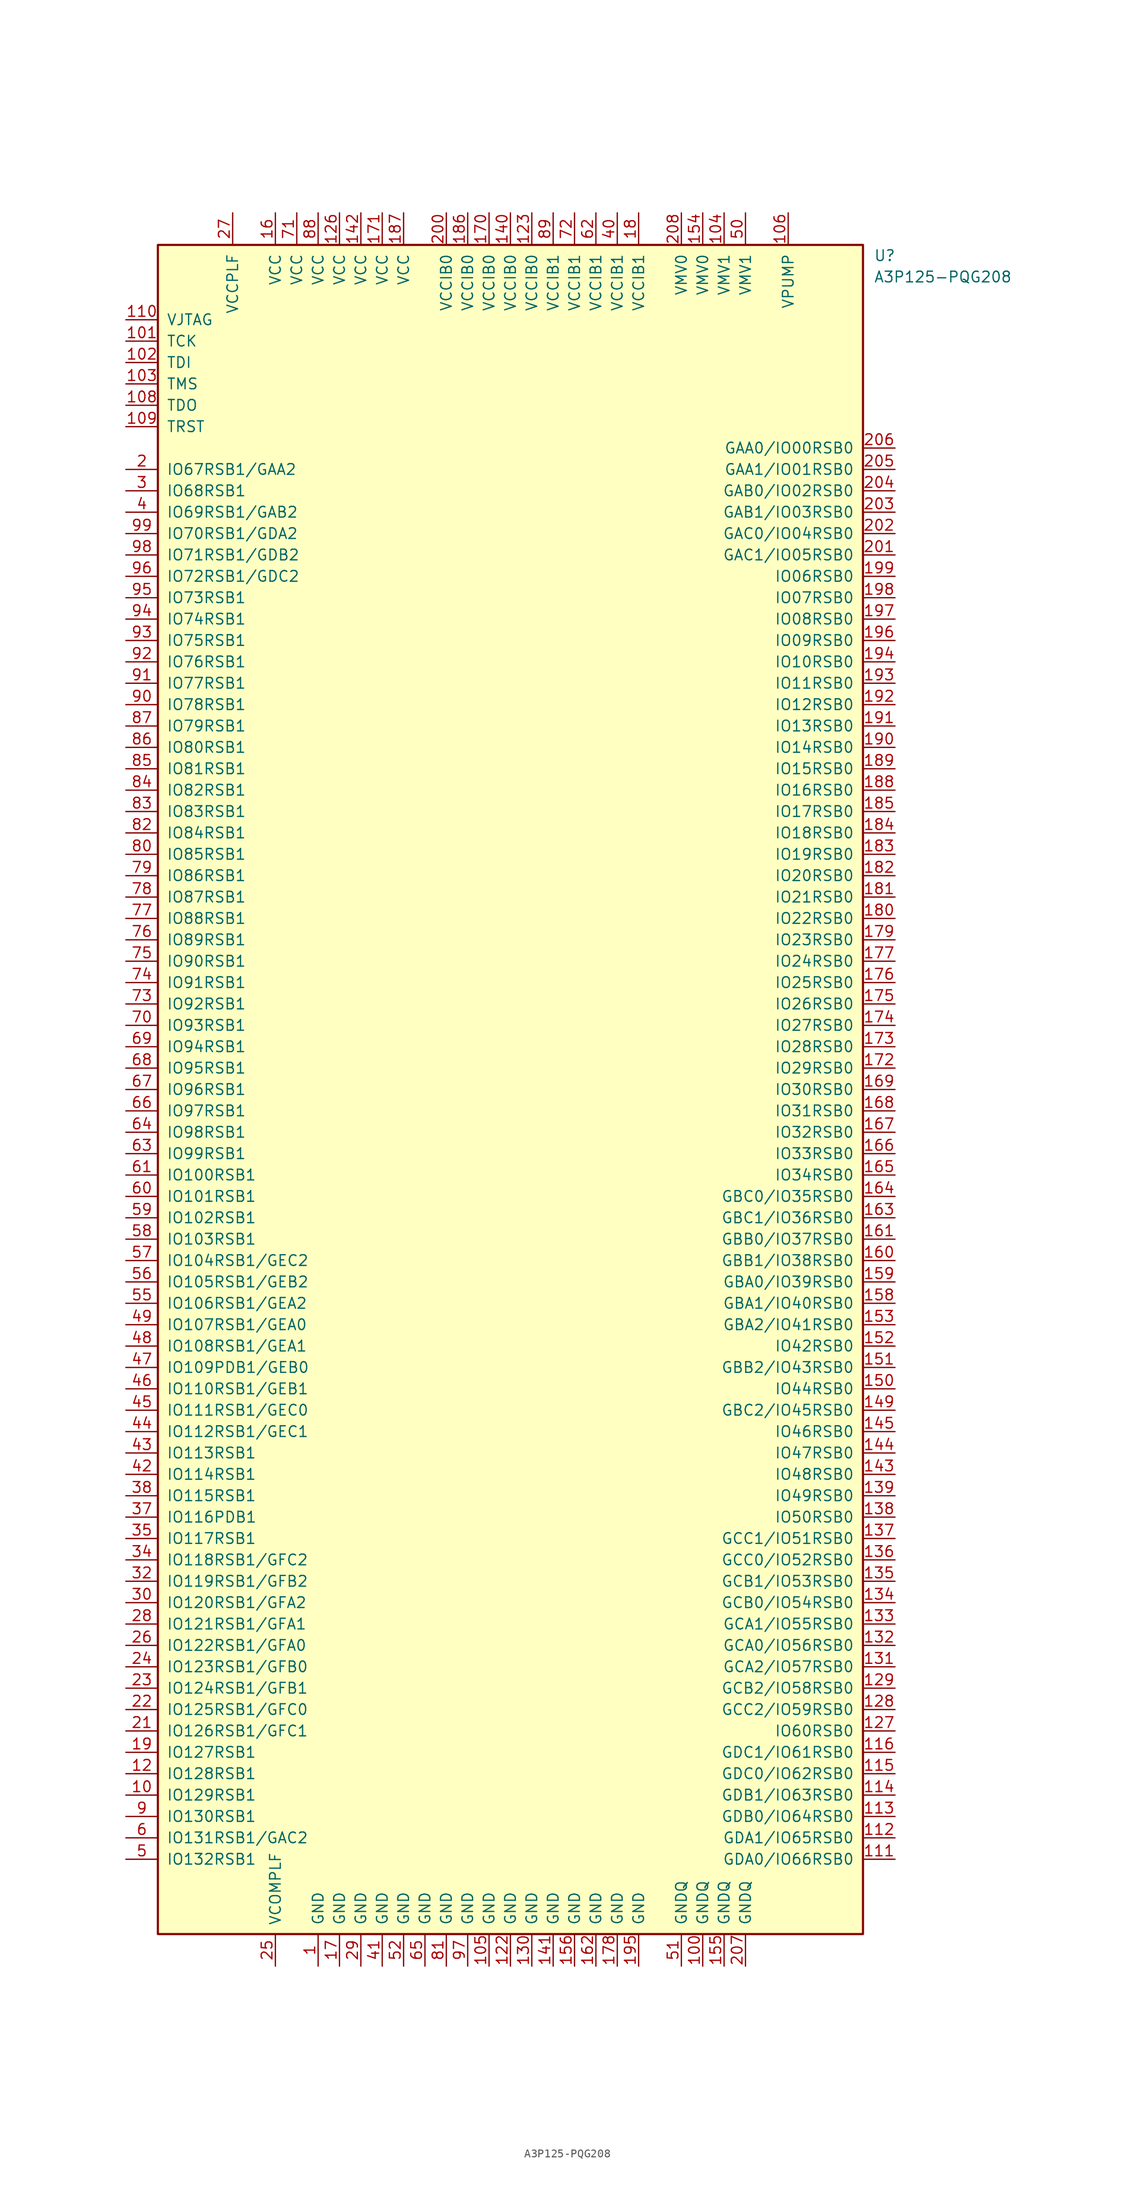
<source format=kicad_sym>
(kicad_symbol_lib
  (version 20220914)
  (generator kicad_symbol_editor)
  (symbol "A3P125-PQG208"
    (pin_names
      (offset 1.016))
    (property "Reference" "U"
      (at 43.18 99.06 0)
      (effects (font (size 1.27 1.27)) (justify left)))
    (property "Value" "A3P125-PQG208"
      (at 43.18 96.52 0)
      (effects (font (size 1.27 1.27)) (justify left)))
    (symbol "A3P125-PQG208_1_0"
      (rectangle (start -41.91 -100.33) (end 41.91 100.33) (stroke (width 0.254) (type default)) (fill (type background))))
    (symbol "A3P125-PQG208_1_1"
      (pin power_in line (at -22.86 -104.14 90) (length 3.81) (name "GND" (effects (font (size 1.27 1.27)))) (number "1" (effects (font (size 1.27 1.27)))))
      (pin bidirectional line (at -45.72 -83.82 0) (length 3.81) (name "IO129RSB1" (effects (font (size 1.27 1.27)))) (number "10" (effects (font (size 1.27 1.27)))))
      (pin power_in line (at 22.86 -104.14 90) (length 3.81) (name "GNDQ" (effects (font (size 1.27 1.27)))) (number "100" (effects (font (size 1.27 1.27)))))
      (pin bidirectional line (at -45.72 88.9 0) (length 3.81) (name "TCK" (effects (font (size 1.27 1.27)))) (number "101" (effects (font (size 1.27 1.27)))))
      (pin bidirectional line (at -45.72 86.36 0) (length 3.81) (name "TDI" (effects (font (size 1.27 1.27)))) (number "102" (effects (font (size 1.27 1.27)))))
      (pin bidirectional line (at -45.72 83.82 0) (length 3.81) (name "TMS" (effects (font (size 1.27 1.27)))) (number "103" (effects (font (size 1.27 1.27)))))
      (pin power_in line (at 25.4 104.14 270) (length 3.81) (name "VMV1" (effects (font (size 1.27 1.27)))) (number "104" (effects (font (size 1.27 1.27)))))
      (pin power_in line (at -2.54 -104.14 90) (length 3.81) (name "GND" (effects (font (size 1.27 1.27)))) (number "105" (effects (font (size 1.27 1.27)))))
      (pin power_in line (at 33.02 104.14 270) (length 3.81) (name "VPUMP" (effects (font (size 1.27 1.27)))) (number "106" (effects (font (size 1.27 1.27)))))
      (pin bidirectional line (at -45.72 81.28 0) (length 3.81) (name "TDO" (effects (font (size 1.27 1.27)))) (number "108" (effects (font (size 1.27 1.27)))))
      (pin bidirectional line (at -45.72 78.74 0) (length 3.81) (name "TRST" (effects (font (size 1.27 1.27)))) (number "109" (effects (font (size 1.27 1.27)))))
      (pin power_in line (at -45.72 91.44 0) (length 3.81) (name "VJTAG" (effects (font (size 1.27 1.27)))) (number "110" (effects (font (size 1.27 1.27)))))
      (pin bidirectional line (at 45.72 -91.44 180) (length 3.81) (name "GDA0/IO66RSB0" (effects (font (size 1.27 1.27)))) (number "111" (effects (font (size 1.27 1.27)))))
      (pin bidirectional line (at 45.72 -88.9 180) (length 3.81) (name "GDA1/IO65RSB0" (effects (font (size 1.27 1.27)))) (number "112" (effects (font (size 1.27 1.27)))))
      (pin bidirectional line (at 45.72 -86.36 180) (length 3.81) (name "GDB0/IO64RSB0" (effects (font (size 1.27 1.27)))) (number "113" (effects (font (size 1.27 1.27)))))
      (pin bidirectional line (at 45.72 -83.82 180) (length 3.81) (name "GDB1/IO63RSB0" (effects (font (size 1.27 1.27)))) (number "114" (effects (font (size 1.27 1.27)))))
      (pin bidirectional line (at 45.72 -81.28 180) (length 3.81) (name "GDC0/IO62RSB0" (effects (font (size 1.27 1.27)))) (number "115" (effects (font (size 1.27 1.27)))))
      (pin bidirectional line (at 45.72 -78.74 180) (length 3.81) (name "GDC1/IO61RSB0" (effects (font (size 1.27 1.27)))) (number "116" (effects (font (size 1.27 1.27)))))
      (pin bidirectional line (at -45.72 -81.28 0) (length 3.81) (name "IO128RSB1" (effects (font (size 1.27 1.27)))) (number "12" (effects (font (size 1.27 1.27)))))
      (pin power_in line (at 0 -104.14 90) (length 3.81) (name "GND" (effects (font (size 1.27 1.27)))) (number "122" (effects (font (size 1.27 1.27)))))
      (pin power_in line (at 2.54 104.14 270) (length 3.81) (name "VCCIB0" (effects (font (size 1.27 1.27)))) (number "123" (effects (font (size 1.27 1.27)))))
      (pin power_in line (at -20.32 104.14 270) (length 3.81) (name "VCC" (effects (font (size 1.27 1.27)))) (number "126" (effects (font (size 1.27 1.27)))))
      (pin bidirectional line (at 45.72 -76.2 180) (length 3.81) (name "IO60RSB0" (effects (font (size 1.27 1.27)))) (number "127" (effects (font (size 1.27 1.27)))))
      (pin bidirectional line (at 45.72 -73.66 180) (length 3.81) (name "GCC2/IO59RSB0" (effects (font (size 1.27 1.27)))) (number "128" (effects (font (size 1.27 1.27)))))
      (pin bidirectional line (at 45.72 -71.12 180) (length 3.81) (name "GCB2/IO58RSB0" (effects (font (size 1.27 1.27)))) (number "129" (effects (font (size 1.27 1.27)))))
      (pin power_in line (at 2.54 -104.14 90) (length 3.81) (name "GND" (effects (font (size 1.27 1.27)))) (number "130" (effects (font (size 1.27 1.27)))))
      (pin bidirectional line (at 45.72 -68.58 180) (length 3.81) (name "GCA2/IO57RSB0" (effects (font (size 1.27 1.27)))) (number "131" (effects (font (size 1.27 1.27)))))
      (pin bidirectional line (at 45.72 -66.04 180) (length 3.81) (name "GCA0/IO56RSB0" (effects (font (size 1.27 1.27)))) (number "132" (effects (font (size 1.27 1.27)))))
      (pin bidirectional line (at 45.72 -63.5 180) (length 3.81) (name "GCA1/IO55RSB0" (effects (font (size 1.27 1.27)))) (number "133" (effects (font (size 1.27 1.27)))))
      (pin bidirectional line (at 45.72 -60.96 180) (length 3.81) (name "GCB0/IO54RSB0" (effects (font (size 1.27 1.27)))) (number "134" (effects (font (size 1.27 1.27)))))
      (pin bidirectional line (at 45.72 -58.42 180) (length 3.81) (name "GCB1/IO53RSB0" (effects (font (size 1.27 1.27)))) (number "135" (effects (font (size 1.27 1.27)))))
      (pin bidirectional line (at 45.72 -55.88 180) (length 3.81) (name "GCC0/IO52RSB0" (effects (font (size 1.27 1.27)))) (number "136" (effects (font (size 1.27 1.27)))))
      (pin bidirectional line (at 45.72 -53.34 180) (length 3.81) (name "GCC1/IO51RSB0" (effects (font (size 1.27 1.27)))) (number "137" (effects (font (size 1.27 1.27)))))
      (pin bidirectional line (at 45.72 -50.8 180) (length 3.81) (name "IO50RSB0" (effects (font (size 1.27 1.27)))) (number "138" (effects (font (size 1.27 1.27)))))
      (pin bidirectional line (at 45.72 -48.26 180) (length 3.81) (name "IO49RSB0" (effects (font (size 1.27 1.27)))) (number "139" (effects (font (size 1.27 1.27)))))
      (pin power_in line (at 0 104.14 270) (length 3.81) (name "VCCIB0" (effects (font (size 1.27 1.27)))) (number "140" (effects (font (size 1.27 1.27)))))
      (pin power_in line (at 5.08 -104.14 90) (length 3.81) (name "GND" (effects (font (size 1.27 1.27)))) (number "141" (effects (font (size 1.27 1.27)))))
      (pin power_in line (at -17.78 104.14 270) (length 3.81) (name "VCC" (effects (font (size 1.27 1.27)))) (number "142" (effects (font (size 1.27 1.27)))))
      (pin bidirectional line (at 45.72 -45.72 180) (length 3.81) (name "IO48RSB0" (effects (font (size 1.27 1.27)))) (number "143" (effects (font (size 1.27 1.27)))))
      (pin bidirectional line (at 45.72 -43.18 180) (length 3.81) (name "IO47RSB0" (effects (font (size 1.27 1.27)))) (number "144" (effects (font (size 1.27 1.27)))))
      (pin bidirectional line (at 45.72 -40.64 180) (length 3.81) (name "IO46RSB0" (effects (font (size 1.27 1.27)))) (number "145" (effects (font (size 1.27 1.27)))))
      (pin bidirectional line (at 45.72 -38.1 180) (length 3.81) (name "GBC2/IO45RSB0" (effects (font (size 1.27 1.27)))) (number "149" (effects (font (size 1.27 1.27)))))
      (pin bidirectional line (at 45.72 -35.56 180) (length 3.81) (name "IO44RSB0" (effects (font (size 1.27 1.27)))) (number "150" (effects (font (size 1.27 1.27)))))
      (pin bidirectional line (at 45.72 -33.02 180) (length 3.81) (name "GBB2/IO43RSB0" (effects (font (size 1.27 1.27)))) (number "151" (effects (font (size 1.27 1.27)))))
      (pin bidirectional line (at 45.72 -30.48 180) (length 3.81) (name "IO42RSB0" (effects (font (size 1.27 1.27)))) (number "152" (effects (font (size 1.27 1.27)))))
      (pin bidirectional line (at 45.72 -27.94 180) (length 3.81) (name "GBA2/IO41RSB0" (effects (font (size 1.27 1.27)))) (number "153" (effects (font (size 1.27 1.27)))))
      (pin power_in line (at 22.86 104.14 270) (length 3.81) (name "VMV0" (effects (font (size 1.27 1.27)))) (number "154" (effects (font (size 1.27 1.27)))))
      (pin power_in line (at 25.4 -104.14 90) (length 3.81) (name "GNDQ" (effects (font (size 1.27 1.27)))) (number "155" (effects (font (size 1.27 1.27)))))
      (pin power_in line (at 7.62 -104.14 90) (length 3.81) (name "GND" (effects (font (size 1.27 1.27)))) (number "156" (effects (font (size 1.27 1.27)))))
      (pin bidirectional line (at 45.72 -25.4 180) (length 3.81) (name "GBA1/IO40RSB0" (effects (font (size 1.27 1.27)))) (number "158" (effects (font (size 1.27 1.27)))))
      (pin bidirectional line (at 45.72 -22.86 180) (length 3.81) (name "GBA0/IO39RSB0" (effects (font (size 1.27 1.27)))) (number "159" (effects (font (size 1.27 1.27)))))
      (pin power_in line (at -27.94 104.14 270) (length 3.81) (name "VCC" (effects (font (size 1.27 1.27)))) (number "16" (effects (font (size 1.27 1.27)))))
      (pin bidirectional line (at 45.72 -20.32 180) (length 3.81) (name "GBB1/IO38RSB0" (effects (font (size 1.27 1.27)))) (number "160" (effects (font (size 1.27 1.27)))))
      (pin bidirectional line (at 45.72 -17.78 180) (length 3.81) (name "GBB0/IO37RSB0" (effects (font (size 1.27 1.27)))) (number "161" (effects (font (size 1.27 1.27)))))
      (pin power_in line (at 10.16 -104.14 90) (length 3.81) (name "GND" (effects (font (size 1.27 1.27)))) (number "162" (effects (font (size 1.27 1.27)))))
      (pin bidirectional line (at 45.72 -15.24 180) (length 3.81) (name "GBC1/IO36RSB0" (effects (font (size 1.27 1.27)))) (number "163" (effects (font (size 1.27 1.27)))))
      (pin bidirectional line (at 45.72 -12.7 180) (length 3.81) (name "GBC0/IO35RSB0" (effects (font (size 1.27 1.27)))) (number "164" (effects (font (size 1.27 1.27)))))
      (pin bidirectional line (at 45.72 -10.16 180) (length 3.81) (name "IO34RSB0" (effects (font (size 1.27 1.27)))) (number "165" (effects (font (size 1.27 1.27)))))
      (pin bidirectional line (at 45.72 -7.62 180) (length 3.81) (name "IO33RSB0" (effects (font (size 1.27 1.27)))) (number "166" (effects (font (size 1.27 1.27)))))
      (pin bidirectional line (at 45.72 -5.08 180) (length 3.81) (name "IO32RSB0" (effects (font (size 1.27 1.27)))) (number "167" (effects (font (size 1.27 1.27)))))
      (pin bidirectional line (at 45.72 -2.54 180) (length 3.81) (name "IO31RSB0" (effects (font (size 1.27 1.27)))) (number "168" (effects (font (size 1.27 1.27)))))
      (pin bidirectional line (at 45.72 0 180) (length 3.81) (name "IO30RSB0" (effects (font (size 1.27 1.27)))) (number "169" (effects (font (size 1.27 1.27)))))
      (pin power_in line (at -20.32 -104.14 90) (length 3.81) (name "GND" (effects (font (size 1.27 1.27)))) (number "17" (effects (font (size 1.27 1.27)))))
      (pin power_in line (at -2.54 104.14 270) (length 3.81) (name "VCCIB0" (effects (font (size 1.27 1.27)))) (number "170" (effects (font (size 1.27 1.27)))))
      (pin power_in line (at -15.24 104.14 270) (length 3.81) (name "VCC" (effects (font (size 1.27 1.27)))) (number "171" (effects (font (size 1.27 1.27)))))
      (pin bidirectional line (at 45.72 2.54 180) (length 3.81) (name "IO29RSB0" (effects (font (size 1.27 1.27)))) (number "172" (effects (font (size 1.27 1.27)))))
      (pin bidirectional line (at 45.72 5.08 180) (length 3.81) (name "IO28RSB0" (effects (font (size 1.27 1.27)))) (number "173" (effects (font (size 1.27 1.27)))))
      (pin bidirectional line (at 45.72 7.62 180) (length 3.81) (name "IO27RSB0" (effects (font (size 1.27 1.27)))) (number "174" (effects (font (size 1.27 1.27)))))
      (pin bidirectional line (at 45.72 10.16 180) (length 3.81) (name "IO26RSB0" (effects (font (size 1.27 1.27)))) (number "175" (effects (font (size 1.27 1.27)))))
      (pin bidirectional line (at 45.72 12.7 180) (length 3.81) (name "IO25RSB0" (effects (font (size 1.27 1.27)))) (number "176" (effects (font (size 1.27 1.27)))))
      (pin bidirectional line (at 45.72 15.24 180) (length 3.81) (name "IO24RSB0" (effects (font (size 1.27 1.27)))) (number "177" (effects (font (size 1.27 1.27)))))
      (pin power_in line (at 12.7 -104.14 90) (length 3.81) (name "GND" (effects (font (size 1.27 1.27)))) (number "178" (effects (font (size 1.27 1.27)))))
      (pin bidirectional line (at 45.72 17.78 180) (length 3.81) (name "IO23RSB0" (effects (font (size 1.27 1.27)))) (number "179" (effects (font (size 1.27 1.27)))))
      (pin power_in line (at 15.24 104.14 270) (length 3.81) (name "VCCIB1" (effects (font (size 1.27 1.27)))) (number "18" (effects (font (size 1.27 1.27)))))
      (pin bidirectional line (at 45.72 20.32 180) (length 3.81) (name "IO22RSB0" (effects (font (size 1.27 1.27)))) (number "180" (effects (font (size 1.27 1.27)))))
      (pin bidirectional line (at 45.72 22.86 180) (length 3.81) (name "IO21RSB0" (effects (font (size 1.27 1.27)))) (number "181" (effects (font (size 1.27 1.27)))))
      (pin bidirectional line (at 45.72 25.4 180) (length 3.81) (name "IO20RSB0" (effects (font (size 1.27 1.27)))) (number "182" (effects (font (size 1.27 1.27)))))
      (pin bidirectional line (at 45.72 27.94 180) (length 3.81) (name "IO19RSB0" (effects (font (size 1.27 1.27)))) (number "183" (effects (font (size 1.27 1.27)))))
      (pin bidirectional line (at 45.72 30.48 180) (length 3.81) (name "IO18RSB0" (effects (font (size 1.27 1.27)))) (number "184" (effects (font (size 1.27 1.27)))))
      (pin bidirectional line (at 45.72 33.02 180) (length 3.81) (name "IO17RSB0" (effects (font (size 1.27 1.27)))) (number "185" (effects (font (size 1.27 1.27)))))
      (pin power_in line (at -5.08 104.14 270) (length 3.81) (name "VCCIB0" (effects (font (size 1.27 1.27)))) (number "186" (effects (font (size 1.27 1.27)))))
      (pin power_in line (at -12.7 104.14 270) (length 3.81) (name "VCC" (effects (font (size 1.27 1.27)))) (number "187" (effects (font (size 1.27 1.27)))))
      (pin bidirectional line (at 45.72 35.56 180) (length 3.81) (name "IO16RSB0" (effects (font (size 1.27 1.27)))) (number "188" (effects (font (size 1.27 1.27)))))
      (pin bidirectional line (at 45.72 38.1 180) (length 3.81) (name "IO15RSB0" (effects (font (size 1.27 1.27)))) (number "189" (effects (font (size 1.27 1.27)))))
      (pin bidirectional line (at -45.72 -78.74 0) (length 3.81) (name "IO127RSB1" (effects (font (size 1.27 1.27)))) (number "19" (effects (font (size 1.27 1.27)))))
      (pin bidirectional line (at 45.72 40.64 180) (length 3.81) (name "IO14RSB0" (effects (font (size 1.27 1.27)))) (number "190" (effects (font (size 1.27 1.27)))))
      (pin bidirectional line (at 45.72 43.18 180) (length 3.81) (name "IO13RSB0" (effects (font (size 1.27 1.27)))) (number "191" (effects (font (size 1.27 1.27)))))
      (pin bidirectional line (at 45.72 45.72 180) (length 3.81) (name "IO12RSB0" (effects (font (size 1.27 1.27)))) (number "192" (effects (font (size 1.27 1.27)))))
      (pin bidirectional line (at 45.72 48.26 180) (length 3.81) (name "IO11RSB0" (effects (font (size 1.27 1.27)))) (number "193" (effects (font (size 1.27 1.27)))))
      (pin bidirectional line (at 45.72 50.8 180) (length 3.81) (name "IO10RSB0" (effects (font (size 1.27 1.27)))) (number "194" (effects (font (size 1.27 1.27)))))
      (pin power_in line (at 15.24 -104.14 90) (length 3.81) (name "GND" (effects (font (size 1.27 1.27)))) (number "195" (effects (font (size 1.27 1.27)))))
      (pin bidirectional line (at 45.72 53.34 180) (length 3.81) (name "IO09RSB0" (effects (font (size 1.27 1.27)))) (number "196" (effects (font (size 1.27 1.27)))))
      (pin bidirectional line (at 45.72 55.88 180) (length 3.81) (name "IO08RSB0" (effects (font (size 1.27 1.27)))) (number "197" (effects (font (size 1.27 1.27)))))
      (pin bidirectional line (at 45.72 58.42 180) (length 3.81) (name "IO07RSB0" (effects (font (size 1.27 1.27)))) (number "198" (effects (font (size 1.27 1.27)))))
      (pin bidirectional line (at 45.72 60.96 180) (length 3.81) (name "IO06RSB0" (effects (font (size 1.27 1.27)))) (number "199" (effects (font (size 1.27 1.27)))))
      (pin bidirectional line (at -45.72 73.66 0) (length 3.81) (name "IO67RSB1/GAA2" (effects (font (size 1.27 1.27)))) (number "2" (effects (font (size 1.27 1.27)))))
      (pin power_in line (at -7.62 104.14 270) (length 3.81) (name "VCCIB0" (effects (font (size 1.27 1.27)))) (number "200" (effects (font (size 1.27 1.27)))))
      (pin bidirectional line (at 45.72 63.5 180) (length 3.81) (name "GAC1/IO05RSB0" (effects (font (size 1.27 1.27)))) (number "201" (effects (font (size 1.27 1.27)))))
      (pin bidirectional line (at 45.72 66.04 180) (length 3.81) (name "GAC0/IO04RSB0" (effects (font (size 1.27 1.27)))) (number "202" (effects (font (size 1.27 1.27)))))
      (pin bidirectional line (at 45.72 68.58 180) (length 3.81) (name "GAB1/IO03RSB0" (effects (font (size 1.27 1.27)))) (number "203" (effects (font (size 1.27 1.27)))))
      (pin bidirectional line (at 45.72 71.12 180) (length 3.81) (name "GAB0/IO02RSB0" (effects (font (size 1.27 1.27)))) (number "204" (effects (font (size 1.27 1.27)))))
      (pin bidirectional line (at 45.72 73.66 180) (length 3.81) (name "GAA1/IO01RSB0" (effects (font (size 1.27 1.27)))) (number "205" (effects (font (size 1.27 1.27)))))
      (pin bidirectional line (at 45.72 76.2 180) (length 3.81) (name "GAA0/IO00RSB0" (effects (font (size 1.27 1.27)))) (number "206" (effects (font (size 1.27 1.27)))))
      (pin power_in line (at 27.94 -104.14 90) (length 3.81) (name "GNDQ" (effects (font (size 1.27 1.27)))) (number "207" (effects (font (size 1.27 1.27)))))
      (pin power_in line (at 20.32 104.14 270) (length 3.81) (name "VMV0" (effects (font (size 1.27 1.27)))) (number "208" (effects (font (size 1.27 1.27)))))
      (pin bidirectional line (at -45.72 -76.2 0) (length 3.81) (name "IO126RSB1/GFC1" (effects (font (size 1.27 1.27)))) (number "21" (effects (font (size 1.27 1.27)))))
      (pin bidirectional line (at -45.72 -73.66 0) (length 3.81) (name "IO125RSB1/GFC0" (effects (font (size 1.27 1.27)))) (number "22" (effects (font (size 1.27 1.27)))))
      (pin bidirectional line (at -45.72 -71.12 0) (length 3.81) (name "IO124RSB1/GFB1" (effects (font (size 1.27 1.27)))) (number "23" (effects (font (size 1.27 1.27)))))
      (pin bidirectional line (at -45.72 -68.58 0) (length 3.81) (name "IO123RSB1/GFB0" (effects (font (size 1.27 1.27)))) (number "24" (effects (font (size 1.27 1.27)))))
      (pin power_in line (at -27.94 -104.14 90) (length 3.81) (name "VCOMPLF" (effects (font (size 1.27 1.27)))) (number "25" (effects (font (size 1.27 1.27)))))
      (pin bidirectional line (at -45.72 -66.04 0) (length 3.81) (name "IO122RSB1/GFA0" (effects (font (size 1.27 1.27)))) (number "26" (effects (font (size 1.27 1.27)))))
      (pin power_in line (at -33.02 104.14 270) (length 3.81) (name "VCCPLF" (effects (font (size 1.27 1.27)))) (number "27" (effects (font (size 1.27 1.27)))))
      (pin bidirectional line (at -45.72 -63.5 0) (length 3.81) (name "IO121RSB1/GFA1" (effects (font (size 1.27 1.27)))) (number "28" (effects (font (size 1.27 1.27)))))
      (pin power_in line (at -17.78 -104.14 90) (length 3.81) (name "GND" (effects (font (size 1.27 1.27)))) (number "29" (effects (font (size 1.27 1.27)))))
      (pin bidirectional line (at -45.72 71.12 0) (length 3.81) (name "IO68RSB1" (effects (font (size 1.27 1.27)))) (number "3" (effects (font (size 1.27 1.27)))))
      (pin bidirectional line (at -45.72 -60.96 0) (length 3.81) (name "IO120RSB1/GFA2" (effects (font (size 1.27 1.27)))) (number "30" (effects (font (size 1.27 1.27)))))
      (pin bidirectional line (at -45.72 -58.42 0) (length 3.81) (name "IO119RSB1/GFB2" (effects (font (size 1.27 1.27)))) (number "32" (effects (font (size 1.27 1.27)))))
      (pin bidirectional line (at -45.72 -55.88 0) (length 3.81) (name "IO118RSB1/GFC2" (effects (font (size 1.27 1.27)))) (number "34" (effects (font (size 1.27 1.27)))))
      (pin bidirectional line (at -45.72 -53.34 0) (length 3.81) (name "IO117RSB1" (effects (font (size 1.27 1.27)))) (number "35" (effects (font (size 1.27 1.27)))))
      (pin bidirectional line (at -45.72 -50.8 0) (length 3.81) (name "IO116PDB1" (effects (font (size 1.27 1.27)))) (number "37" (effects (font (size 1.27 1.27)))))
      (pin bidirectional line (at -45.72 -48.26 0) (length 3.81) (name "IO115RSB1" (effects (font (size 1.27 1.27)))) (number "38" (effects (font (size 1.27 1.27)))))
      (pin bidirectional line (at -45.72 68.58 0) (length 3.81) (name "IO69RSB1/GAB2" (effects (font (size 1.27 1.27)))) (number "4" (effects (font (size 1.27 1.27)))))
      (pin power_in line (at 12.7 104.14 270) (length 3.81) (name "VCCIB1" (effects (font (size 1.27 1.27)))) (number "40" (effects (font (size 1.27 1.27)))))
      (pin power_in line (at -15.24 -104.14 90) (length 3.81) (name "GND" (effects (font (size 1.27 1.27)))) (number "41" (effects (font (size 1.27 1.27)))))
      (pin bidirectional line (at -45.72 -45.72 0) (length 3.81) (name "IO114RSB1" (effects (font (size 1.27 1.27)))) (number "42" (effects (font (size 1.27 1.27)))))
      (pin bidirectional line (at -45.72 -43.18 0) (length 3.81) (name "IO113RSB1" (effects (font (size 1.27 1.27)))) (number "43" (effects (font (size 1.27 1.27)))))
      (pin bidirectional line (at -45.72 -40.64 0) (length 3.81) (name "IO112RSB1/GEC1" (effects (font (size 1.27 1.27)))) (number "44" (effects (font (size 1.27 1.27)))))
      (pin bidirectional line (at -45.72 -38.1 0) (length 3.81) (name "IO111RSB1/GEC0" (effects (font (size 1.27 1.27)))) (number "45" (effects (font (size 1.27 1.27)))))
      (pin bidirectional line (at -45.72 -35.56 0) (length 3.81) (name "IO110RSB1/GEB1" (effects (font (size 1.27 1.27)))) (number "46" (effects (font (size 1.27 1.27)))))
      (pin bidirectional line (at -45.72 -33.02 0) (length 3.81) (name "IO109PDB1/GEB0" (effects (font (size 1.27 1.27)))) (number "47" (effects (font (size 1.27 1.27)))))
      (pin bidirectional line (at -45.72 -30.48 0) (length 3.81) (name "IO108RSB1/GEA1" (effects (font (size 1.27 1.27)))) (number "48" (effects (font (size 1.27 1.27)))))
      (pin bidirectional line (at -45.72 -27.94 0) (length 3.81) (name "IO107RSB1/GEA0" (effects (font (size 1.27 1.27)))) (number "49" (effects (font (size 1.27 1.27)))))
      (pin bidirectional line (at -45.72 -91.44 0) (length 3.81) (name "IO132RSB1" (effects (font (size 1.27 1.27)))) (number "5" (effects (font (size 1.27 1.27)))))
      (pin power_in line (at 27.94 104.14 270) (length 3.81) (name "VMV1" (effects (font (size 1.27 1.27)))) (number "50" (effects (font (size 1.27 1.27)))))
      (pin power_in line (at 20.32 -104.14 90) (length 3.81) (name "GNDQ" (effects (font (size 1.27 1.27)))) (number "51" (effects (font (size 1.27 1.27)))))
      (pin power_in line (at -12.7 -104.14 90) (length 3.81) (name "GND" (effects (font (size 1.27 1.27)))) (number "52" (effects (font (size 1.27 1.27)))))
      (pin bidirectional line (at -45.72 -25.4 0) (length 3.81) (name "IO106RSB1/GEA2" (effects (font (size 1.27 1.27)))) (number "55" (effects (font (size 1.27 1.27)))))
      (pin bidirectional line (at -45.72 -22.86 0) (length 3.81) (name "IO105RSB1/GEB2" (effects (font (size 1.27 1.27)))) (number "56" (effects (font (size 1.27 1.27)))))
      (pin bidirectional line (at -45.72 -20.32 0) (length 3.81) (name "IO104RSB1/GEC2" (effects (font (size 1.27 1.27)))) (number "57" (effects (font (size 1.27 1.27)))))
      (pin bidirectional line (at -45.72 -17.78 0) (length 3.81) (name "IO103RSB1" (effects (font (size 1.27 1.27)))) (number "58" (effects (font (size 1.27 1.27)))))
      (pin bidirectional line (at -45.72 -15.24 0) (length 3.81) (name "IO102RSB1" (effects (font (size 1.27 1.27)))) (number "59" (effects (font (size 1.27 1.27)))))
      (pin bidirectional line (at -45.72 -88.9 0) (length 3.81) (name "IO131RSB1/GAC2" (effects (font (size 1.27 1.27)))) (number "6" (effects (font (size 1.27 1.27)))))
      (pin bidirectional line (at -45.72 -12.7 0) (length 3.81) (name "IO101RSB1" (effects (font (size 1.27 1.27)))) (number "60" (effects (font (size 1.27 1.27)))))
      (pin bidirectional line (at -45.72 -10.16 0) (length 3.81) (name "IO100RSB1" (effects (font (size 1.27 1.27)))) (number "61" (effects (font (size 1.27 1.27)))))
      (pin power_in line (at 10.16 104.14 270) (length 3.81) (name "VCCIB1" (effects (font (size 1.27 1.27)))) (number "62" (effects (font (size 1.27 1.27)))))
      (pin bidirectional line (at -45.72 -7.62 0) (length 3.81) (name "IO99RSB1" (effects (font (size 1.27 1.27)))) (number "63" (effects (font (size 1.27 1.27)))))
      (pin bidirectional line (at -45.72 -5.08 0) (length 3.81) (name "IO98RSB1" (effects (font (size 1.27 1.27)))) (number "64" (effects (font (size 1.27 1.27)))))
      (pin power_in line (at -10.16 -104.14 90) (length 3.81) (name "GND" (effects (font (size 1.27 1.27)))) (number "65" (effects (font (size 1.27 1.27)))))
      (pin bidirectional line (at -45.72 -2.54 0) (length 3.81) (name "IO97RSB1" (effects (font (size 1.27 1.27)))) (number "66" (effects (font (size 1.27 1.27)))))
      (pin bidirectional line (at -45.72 0 0) (length 3.81) (name "IO96RSB1" (effects (font (size 1.27 1.27)))) (number "67" (effects (font (size 1.27 1.27)))))
      (pin bidirectional line (at -45.72 2.54 0) (length 3.81) (name "IO95RSB1" (effects (font (size 1.27 1.27)))) (number "68" (effects (font (size 1.27 1.27)))))
      (pin bidirectional line (at -45.72 5.08 0) (length 3.81) (name "IO94RSB1" (effects (font (size 1.27 1.27)))) (number "69" (effects (font (size 1.27 1.27)))))
      (pin bidirectional line (at -45.72 7.62 0) (length 3.81) (name "IO93RSB1" (effects (font (size 1.27 1.27)))) (number "70" (effects (font (size 1.27 1.27)))))
      (pin power_in line (at -25.4 104.14 270) (length 3.81) (name "VCC" (effects (font (size 1.27 1.27)))) (number "71" (effects (font (size 1.27 1.27)))))
      (pin power_in line (at 7.62 104.14 270) (length 3.81) (name "VCCIB1" (effects (font (size 1.27 1.27)))) (number "72" (effects (font (size 1.27 1.27)))))
      (pin bidirectional line (at -45.72 10.16 0) (length 3.81) (name "IO92RSB1" (effects (font (size 1.27 1.27)))) (number "73" (effects (font (size 1.27 1.27)))))
      (pin bidirectional line (at -45.72 12.7 0) (length 3.81) (name "IO91RSB1" (effects (font (size 1.27 1.27)))) (number "74" (effects (font (size 1.27 1.27)))))
      (pin bidirectional line (at -45.72 15.24 0) (length 3.81) (name "IO90RSB1" (effects (font (size 1.27 1.27)))) (number "75" (effects (font (size 1.27 1.27)))))
      (pin bidirectional line (at -45.72 17.78 0) (length 3.81) (name "IO89RSB1" (effects (font (size 1.27 1.27)))) (number "76" (effects (font (size 1.27 1.27)))))
      (pin bidirectional line (at -45.72 20.32 0) (length 3.81) (name "IO88RSB1" (effects (font (size 1.27 1.27)))) (number "77" (effects (font (size 1.27 1.27)))))
      (pin bidirectional line (at -45.72 22.86 0) (length 3.81) (name "IO87RSB1" (effects (font (size 1.27 1.27)))) (number "78" (effects (font (size 1.27 1.27)))))
      (pin bidirectional line (at -45.72 25.4 0) (length 3.81) (name "IO86RSB1" (effects (font (size 1.27 1.27)))) (number "79" (effects (font (size 1.27 1.27)))))
      (pin bidirectional line (at -45.72 27.94 0) (length 3.81) (name "IO85RSB1" (effects (font (size 1.27 1.27)))) (number "80" (effects (font (size 1.27 1.27)))))
      (pin power_in line (at -7.62 -104.14 90) (length 3.81) (name "GND" (effects (font (size 1.27 1.27)))) (number "81" (effects (font (size 1.27 1.27)))))
      (pin bidirectional line (at -45.72 30.48 0) (length 3.81) (name "IO84RSB1" (effects (font (size 1.27 1.27)))) (number "82" (effects (font (size 1.27 1.27)))))
      (pin bidirectional line (at -45.72 33.02 0) (length 3.81) (name "IO83RSB1" (effects (font (size 1.27 1.27)))) (number "83" (effects (font (size 1.27 1.27)))))
      (pin bidirectional line (at -45.72 35.56 0) (length 3.81) (name "IO82RSB1" (effects (font (size 1.27 1.27)))) (number "84" (effects (font (size 1.27 1.27)))))
      (pin bidirectional line (at -45.72 38.1 0) (length 3.81) (name "IO81RSB1" (effects (font (size 1.27 1.27)))) (number "85" (effects (font (size 1.27 1.27)))))
      (pin bidirectional line (at -45.72 40.64 0) (length 3.81) (name "IO80RSB1" (effects (font (size 1.27 1.27)))) (number "86" (effects (font (size 1.27 1.27)))))
      (pin bidirectional line (at -45.72 43.18 0) (length 3.81) (name "IO79RSB1" (effects (font (size 1.27 1.27)))) (number "87" (effects (font (size 1.27 1.27)))))
      (pin power_in line (at -22.86 104.14 270) (length 3.81) (name "VCC" (effects (font (size 1.27 1.27)))) (number "88" (effects (font (size 1.27 1.27)))))
      (pin power_in line (at 5.08 104.14 270) (length 3.81) (name "VCCIB1" (effects (font (size 1.27 1.27)))) (number "89" (effects (font (size 1.27 1.27)))))
      (pin bidirectional line (at -45.72 -86.36 0) (length 3.81) (name "IO130RSB1" (effects (font (size 1.27 1.27)))) (number "9" (effects (font (size 1.27 1.27)))))
      (pin bidirectional line (at -45.72 45.72 0) (length 3.81) (name "IO78RSB1" (effects (font (size 1.27 1.27)))) (number "90" (effects (font (size 1.27 1.27)))))
      (pin bidirectional line (at -45.72 48.26 0) (length 3.81) (name "IO77RSB1" (effects (font (size 1.27 1.27)))) (number "91" (effects (font (size 1.27 1.27)))))
      (pin bidirectional line (at -45.72 50.8 0) (length 3.81) (name "IO76RSB1" (effects (font (size 1.27 1.27)))) (number "92" (effects (font (size 1.27 1.27)))))
      (pin bidirectional line (at -45.72 53.34 0) (length 3.81) (name "IO75RSB1" (effects (font (size 1.27 1.27)))) (number "93" (effects (font (size 1.27 1.27)))))
      (pin bidirectional line (at -45.72 55.88 0) (length 3.81) (name "IO74RSB1" (effects (font (size 1.27 1.27)))) (number "94" (effects (font (size 1.27 1.27)))))
      (pin bidirectional line (at -45.72 58.42 0) (length 3.81) (name "IO73RSB1" (effects (font (size 1.27 1.27)))) (number "95" (effects (font (size 1.27 1.27)))))
      (pin bidirectional line (at -45.72 60.96 0) (length 3.81) (name "IO72RSB1/GDC2" (effects (font (size 1.27 1.27)))) (number "96" (effects (font (size 1.27 1.27)))))
      (pin power_in line (at -5.08 -104.14 90) (length 3.81) (name "GND" (effects (font (size 1.27 1.27)))) (number "97" (effects (font (size 1.27 1.27)))))
      (pin bidirectional line (at -45.72 63.5 0) (length 3.81) (name "IO71RSB1/GDB2" (effects (font (size 1.27 1.27)))) (number "98" (effects (font (size 1.27 1.27)))))
      (pin bidirectional line (at -45.72 66.04 0) (length 3.81) (name "IO70RSB1/GDA2" (effects (font (size 1.27 1.27)))) (number "99" (effects (font (size 1.27 1.27))))))))
</source>
